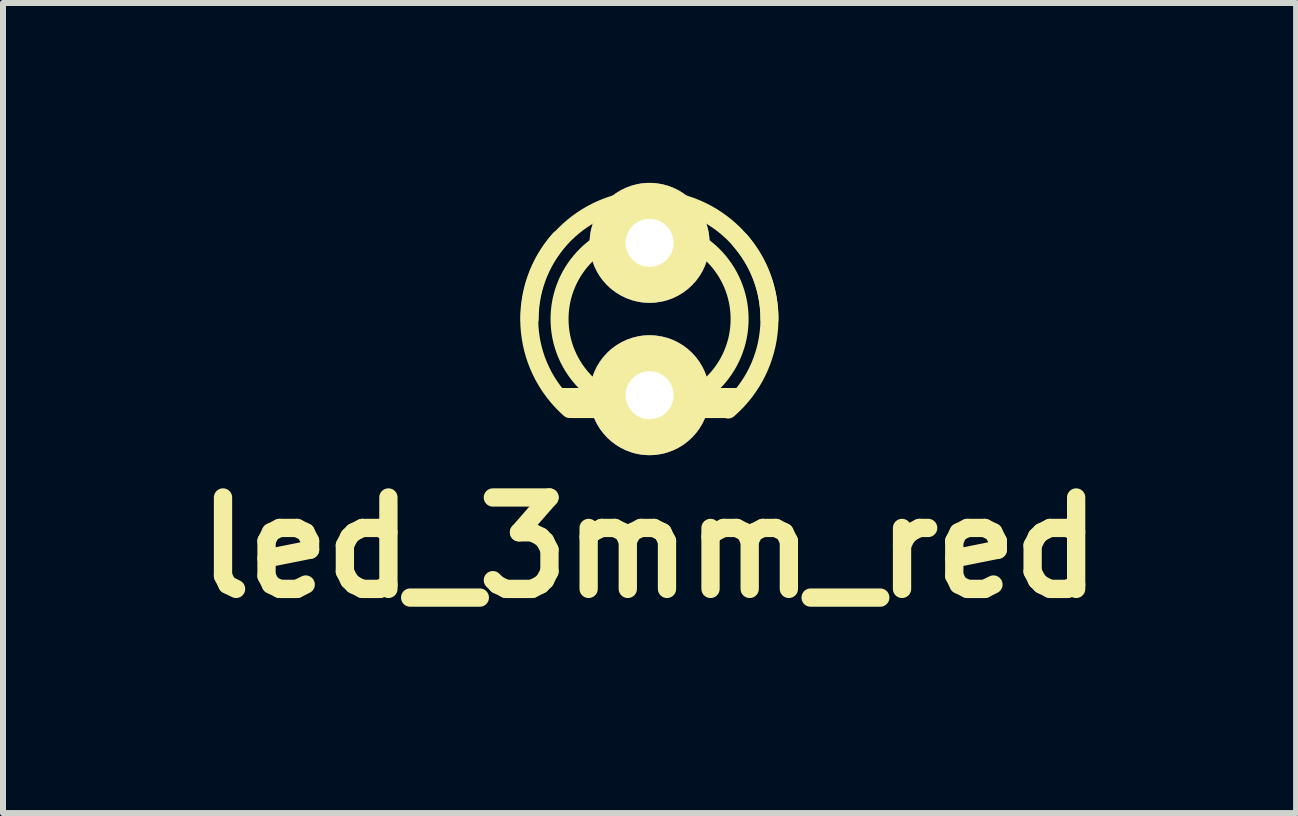
<source format=kicad_pcb>
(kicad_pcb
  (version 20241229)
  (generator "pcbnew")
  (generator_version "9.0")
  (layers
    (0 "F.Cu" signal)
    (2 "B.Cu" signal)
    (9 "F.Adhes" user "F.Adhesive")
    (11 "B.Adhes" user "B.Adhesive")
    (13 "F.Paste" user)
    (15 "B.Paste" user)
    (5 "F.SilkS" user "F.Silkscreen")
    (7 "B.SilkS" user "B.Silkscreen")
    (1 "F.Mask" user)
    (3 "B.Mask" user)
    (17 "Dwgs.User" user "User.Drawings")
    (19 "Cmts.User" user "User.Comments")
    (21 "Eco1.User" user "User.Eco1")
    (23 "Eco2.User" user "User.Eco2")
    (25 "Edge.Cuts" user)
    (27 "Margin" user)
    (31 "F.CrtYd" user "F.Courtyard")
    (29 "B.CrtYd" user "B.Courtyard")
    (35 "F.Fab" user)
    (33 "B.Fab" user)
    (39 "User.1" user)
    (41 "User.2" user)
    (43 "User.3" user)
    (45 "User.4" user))
  (footprint "led_3mm_red"
    (layer "F.Cu")
    (at 7.78 2.269)
    (property "Reference" "led_3mm_red" (at 0 3.81 0) (layer "F.SilkS") (effects (font (size 1.524 1.524) (thickness 0.305))))
    (attr through_hole)
    (fp_line (start -1.501 1.3) (end 1.501 1.3) (stroke (width 0.3) (type solid)) (layer "F.SilkS"))
    (fp_line (start -1.3 1.501) (end 1.3 1.501) (stroke (width 0.3) (type solid)) (layer "F.SilkS"))
    (fp_arc (start -1.99898 0) (mid -1.413492 -1.413492) (end 0 -1.99898) (stroke (width 0.29972) (type solid)) (layer "F.SilkS"))
    (fp_arc (start -1.33096 1.50114) (mid -2.002597 0.120335) (end -1.50114 -1.33096) (stroke (width 0.29972) (type solid)) (layer "F.SilkS"))
    (fp_arc (start 0 -1.99898) (mid 1.413492 -1.413492) (end 1.99898 0) (stroke (width 0.29972) (type solid)) (layer "F.SilkS"))
    (fp_arc (start 1.50876 -1.31064) (mid 1.993617 0.140092) (end 1.31064 1.50876) (stroke (width 0.29972) (type solid)) (layer "F.SilkS"))
    (fp_circle (center 0 0) (end -1.501 0) (stroke (width 0.3) (type solid)) (fill no) (layer "F.SilkS"))
    (pad "1" thru_hole circle (at 0 -1.27) (size 1.999 1.999) (drill 0.8) (layers "*.Cu" "*.Mask" "F.SilkS"))
    (pad "2" thru_hole circle (at 0 1.27) (size 1.999 1.999) (drill 0.8) (layers "*.Cu" "*.Mask" "F.SilkS")))
  (gr_rect
    (start -3 -3)
    (end 18.559 10.506)
    (stroke (width 0.1) (type default))
    (fill no)
    (layer "Edge.Cuts")))
</source>
